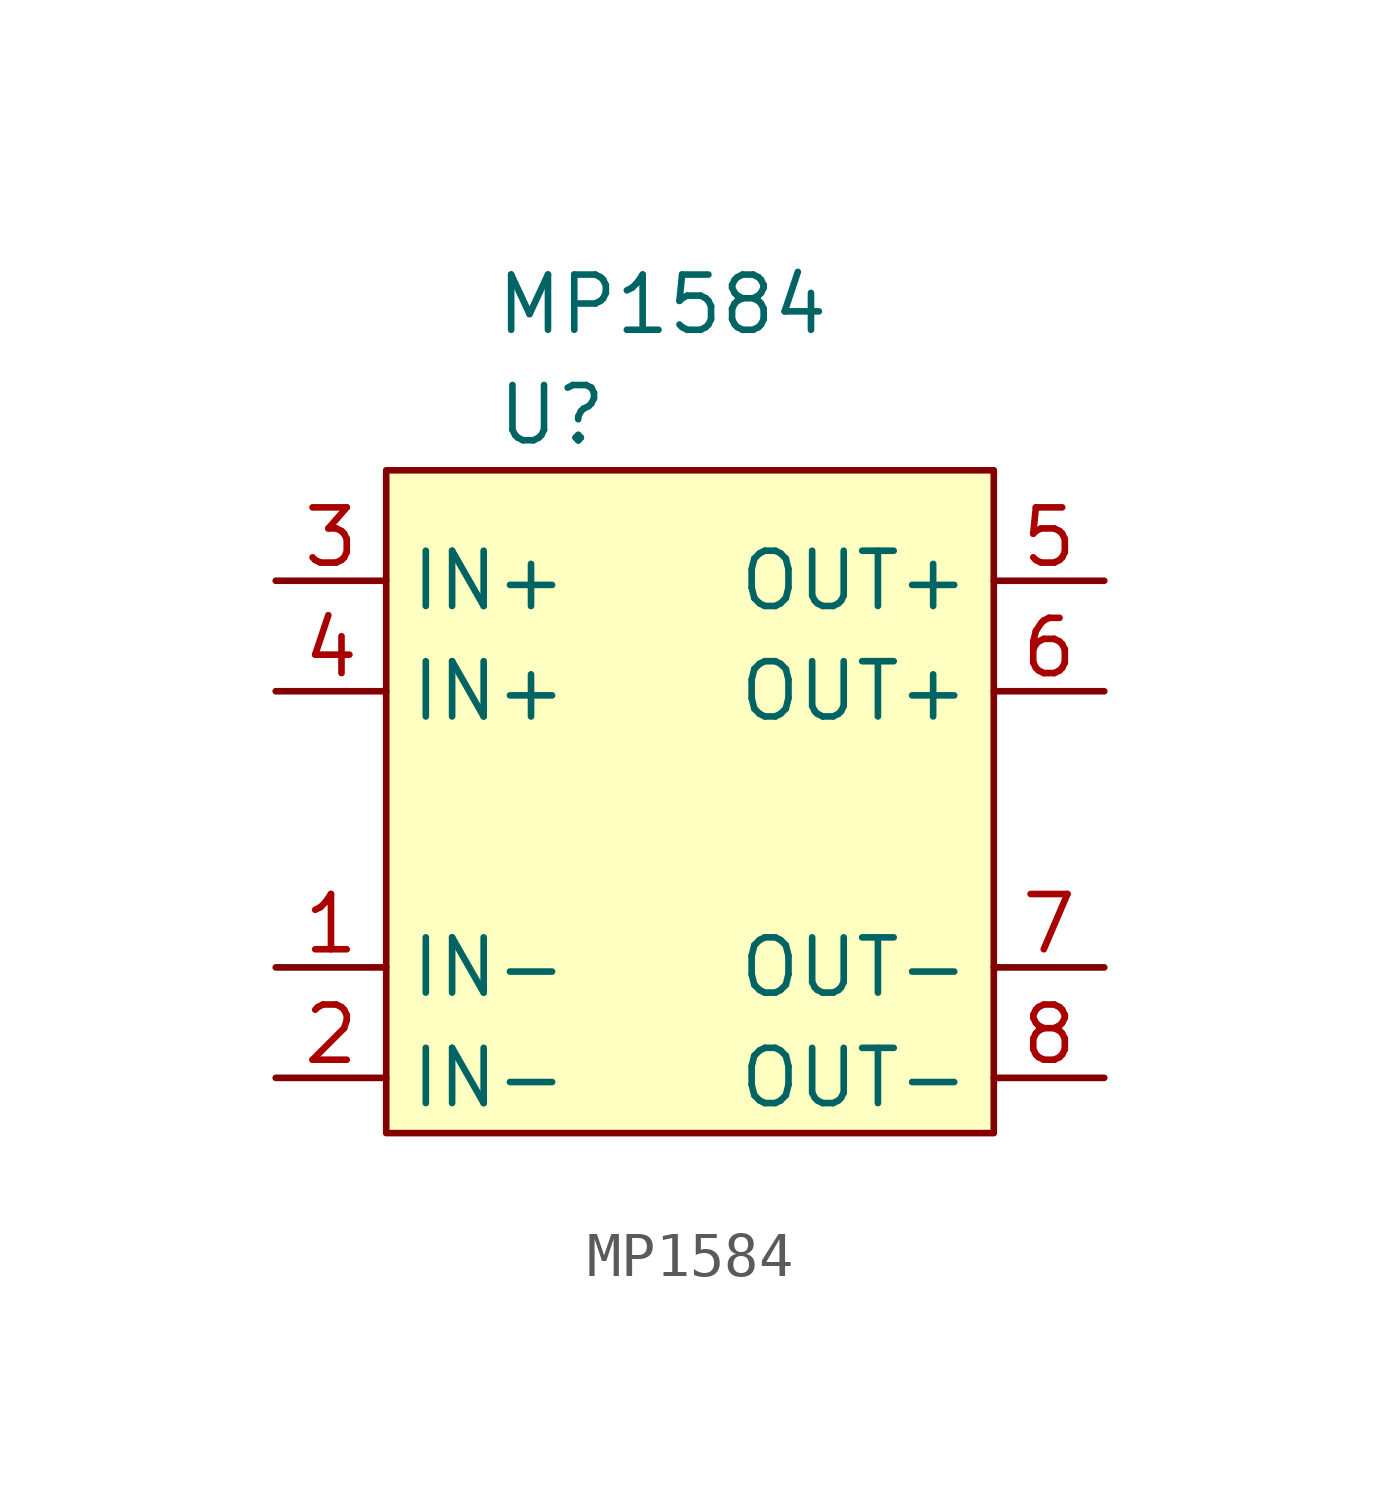
<source format=kicad_sym>
(kicad_symbol_lib
  (version 20220914)
  (generator kicad_symbol_editor)
  (symbol "MP1584"
    (property "Reference" "U"
      (at 0 2.54 0)
      (effects (font (size 1.27 1.27))))
    (property "Value" "MP1584"
      (at 2.54 5.08 0)
      (effects (font (size 1.27 1.27))))
    (symbol "MP1584_1_1"
      (rectangle (start -3.81 1.27) (end 10.16 -13.97) (stroke (width 0) (type default)) (fill (type background)))
      (pin input line (at -6.35 -10.16 0) (length 2.54) (name "IN-" (effects (font (size 1.27 1.27)))) (number "1" (effects (font (size 1.27 1.27)))))
      (pin input line (at -6.35 -12.7 0) (length 2.54) (name "IN-" (effects (font (size 1.27 1.27)))) (number "2" (effects (font (size 1.27 1.27)))))
      (pin input line (at -6.35 -1.27 0) (length 2.54) (name "IN+" (effects (font (size 1.27 1.27)))) (number "3" (effects (font (size 1.27 1.27)))))
      (pin input line (at -6.35 -3.81 0) (length 2.54) (name "IN+" (effects (font (size 1.27 1.27)))) (number "4" (effects (font (size 1.27 1.27)))))
      (pin input line (at 12.7 -1.27 180) (length 2.54) (name "OUT+" (effects (font (size 1.27 1.27)))) (number "5" (effects (font (size 1.27 1.27)))))
      (pin input line (at 12.7 -3.81 180) (length 2.54) (name "OUT+" (effects (font (size 1.27 1.27)))) (number "6" (effects (font (size 1.27 1.27)))))
      (pin input line (at 12.7 -10.16 180) (length 2.54) (name "OUT-" (effects (font (size 1.27 1.27)))) (number "7" (effects (font (size 1.27 1.27)))))
      (pin input line (at 12.7 -12.7 180) (length 2.54) (name "OUT-" (effects (font (size 1.27 1.27)))) (number "8" (effects (font (size 1.27 1.27))))))))
</source>
